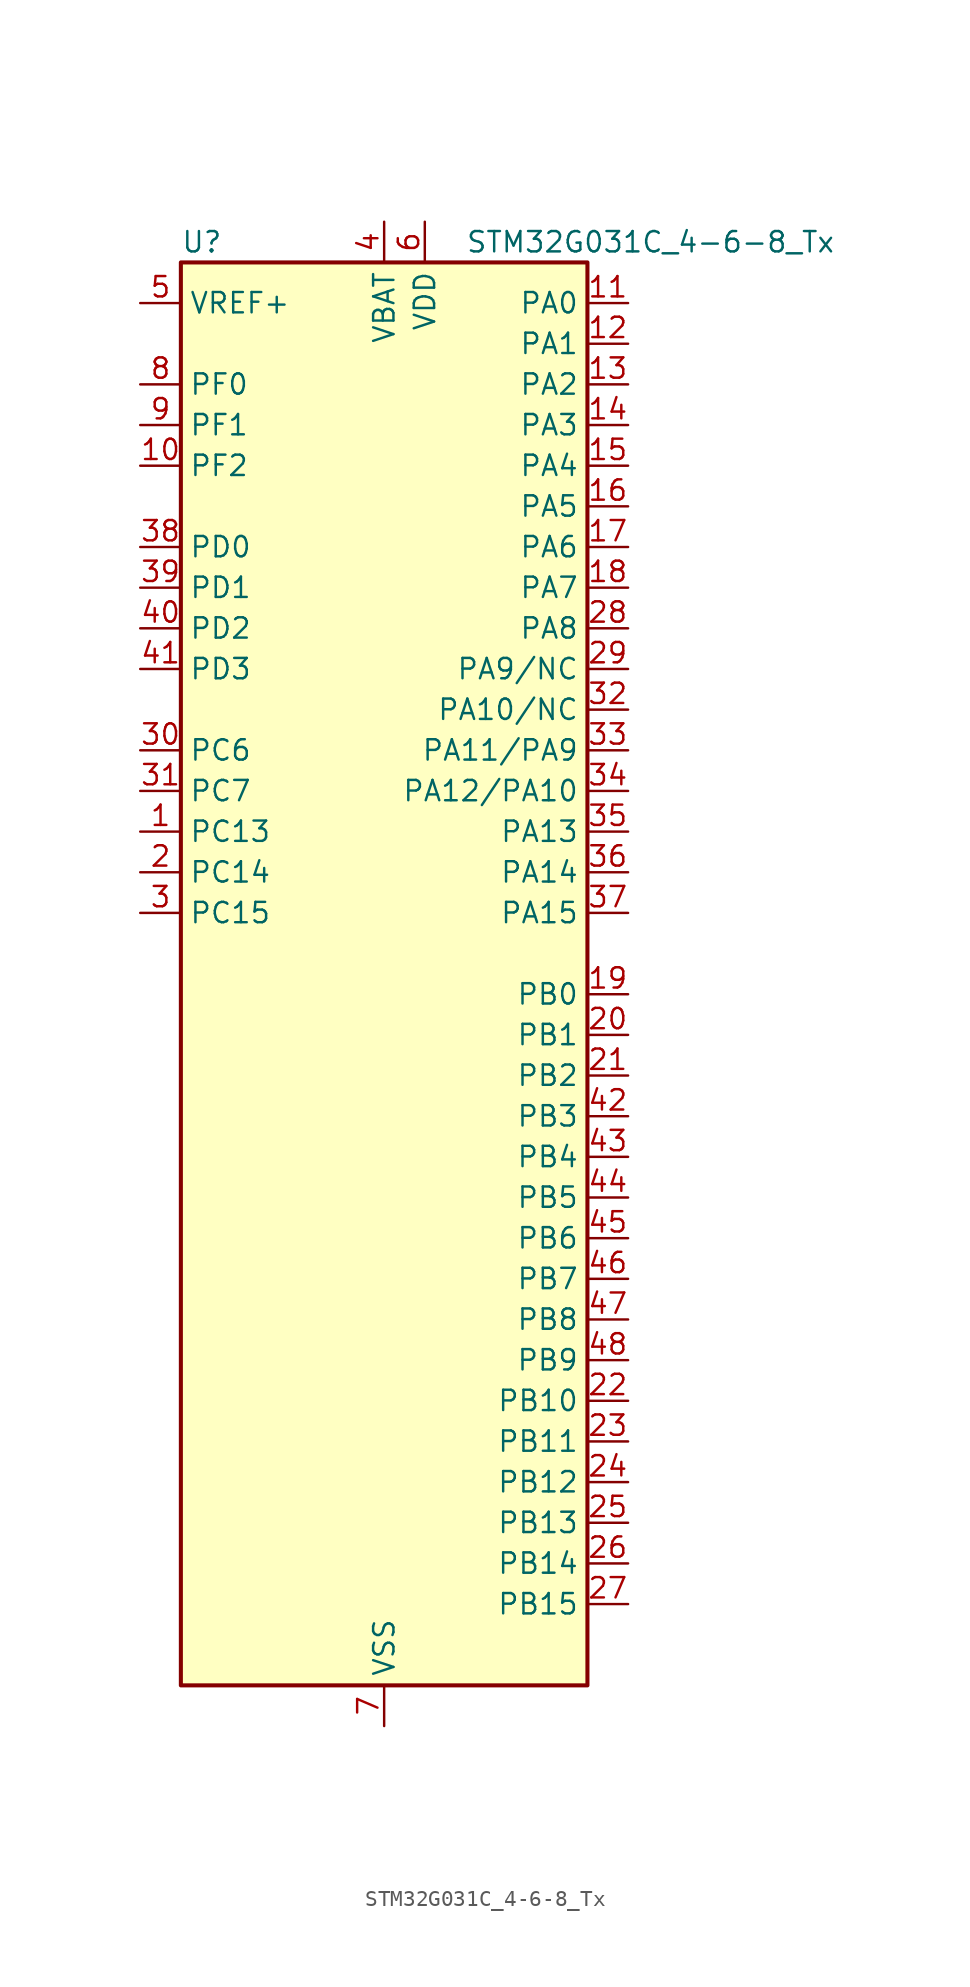
<source format=kicad_sym>
(kicad_symbol_lib
  (version 20211014)
  (generator kicad-library-utils)
  (symbol "STM32G031C_4-6-8_Tx"
    (property "Reference" "U"
      (at -12.7 46.99 0)
      (effects (font (size 1.27 1.27)) (justify left)))
    (property "Value" "STM32G031C_4-6-8_Tx"
      (at 5.08 46.99 0)
      (effects (font (size 1.27 1.27)) (justify left)))
    (property "ki_fp_filters" "LQFP*7x7mm*P0.5mm*"
      (at 0.0 0.0 0.0)
      (effects (font (size 1.27 1.27))))
    (symbol "STM32G031C_4-6-8_Tx_0_1"
      (rectangle (start -12.7 -43.18) (end 12.7 45.72) (stroke (width 0.254)) (fill (type background))))
    (symbol "STM32G031C_4-6-8_Tx_1_1"
      (pin input line (at -15.24 43.18 0) (length 2.54) (name "VREF+" (effects (font (size 1.27 1.27)))) (number "5" (effects (font (size 1.27 1.27)))) (alternate "VREFBUF_OUT" bidirectional line))
      (pin bidirectional line (at -15.24 38.1 0) (length 2.54) (name "PF0" (effects (font (size 1.27 1.27)))) (number "8" (effects (font (size 1.27 1.27)))) (alternate "RCC_OSC_IN" bidirectional line) (alternate "TIM14_CH1" bidirectional line))
      (pin bidirectional line (at -15.24 35.56 0) (length 2.54) (name "PF1" (effects (font (size 1.27 1.27)))) (number "9" (effects (font (size 1.27 1.27)))) (alternate "RCC_OSC_EN" bidirectional line) (alternate "RCC_OSC_OUT" bidirectional line))
      (pin bidirectional line (at -15.24 33.02 0) (length 2.54) (name "PF2" (effects (font (size 1.27 1.27)))) (number "10" (effects (font (size 1.27 1.27)))) (alternate "RCC_MCO" bidirectional line))
      (pin bidirectional line (at -15.24 27.94 0) (length 2.54) (name "PD0" (effects (font (size 1.27 1.27)))) (number "38" (effects (font (size 1.27 1.27)))) (alternate "SPI2_NSS" bidirectional line) (alternate "TIM16_CH1" bidirectional line))
      (pin bidirectional line (at -15.24 25.4 0) (length 2.54) (name "PD1" (effects (font (size 1.27 1.27)))) (number "39" (effects (font (size 1.27 1.27)))) (alternate "SPI2_SCK" bidirectional line) (alternate "TIM17_CH1" bidirectional line))
      (pin bidirectional line (at -15.24 22.86 0) (length 2.54) (name "PD2" (effects (font (size 1.27 1.27)))) (number "40" (effects (font (size 1.27 1.27)))) (alternate "TIM1_CH1N" bidirectional line) (alternate "TIM3_ETR" bidirectional line))
      (pin bidirectional line (at -15.24 20.32 0) (length 2.54) (name "PD3" (effects (font (size 1.27 1.27)))) (number "41" (effects (font (size 1.27 1.27)))) (alternate "SPI2_MISO" bidirectional line) (alternate "TIM1_CH2N" bidirectional line) (alternate "USART2_CTS" bidirectional line) (alternate "USART2_NSS" bidirectional line))
      (pin bidirectional line (at -15.24 15.24 0) (length 2.54) (name "PC6" (effects (font (size 1.27 1.27)))) (number "30" (effects (font (size 1.27 1.27)))) (alternate "TIM2_CH3" bidirectional line) (alternate "TIM3_CH1" bidirectional line))
      (pin bidirectional line (at -15.24 12.7 0) (length 2.54) (name "PC7" (effects (font (size 1.27 1.27)))) (number "31" (effects (font (size 1.27 1.27)))) (alternate "TIM2_CH4" bidirectional line) (alternate "TIM3_CH2" bidirectional line))
      (pin bidirectional line (at -15.24 10.16 0) (length 2.54) (name "PC13" (effects (font (size 1.27 1.27)))) (number "1" (effects (font (size 1.27 1.27)))) (alternate "RTC_OUT_ALARM" bidirectional line) (alternate "RTC_OUT_CALIB" bidirectional line) (alternate "RTC_TAMP_IN1" bidirectional line) (alternate "RTC_TS" bidirectional line) (alternate "SYS_WKUP2" bidirectional line) (alternate "TIM1_BK" bidirectional line))
      (pin bidirectional line (at -15.24 7.62 0) (length 2.54) (name "PC14" (effects (font (size 1.27 1.27)))) (number "2" (effects (font (size 1.27 1.27)))) (alternate "RCC_OSC32_IN" bidirectional line) (alternate "TIM1_BK2" bidirectional line))
      (pin bidirectional line (at -15.24 5.08 0) (length 2.54) (name "PC15" (effects (font (size 1.27 1.27)))) (number "3" (effects (font (size 1.27 1.27)))) (alternate "RCC_OSC32_EN" bidirectional line) (alternate "RCC_OSC32_OUT" bidirectional line) (alternate "RCC_OSC_EN" bidirectional line))
      (pin bidirectional line (at 15.24 43.18 180) (length 2.54) (name "PA0" (effects (font (size 1.27 1.27)))) (number "11" (effects (font (size 1.27 1.27)))) (alternate "ADC1_IN0" bidirectional line) (alternate "LPTIM1_OUT" bidirectional line) (alternate "RTC_TAMP_IN2" bidirectional line) (alternate "SPI2_SCK" bidirectional line) (alternate "SYS_WKUP1" bidirectional line) (alternate "TIM2_CH1" bidirectional line) (alternate "TIM2_ETR" bidirectional line) (alternate "USART2_CTS" bidirectional line) (alternate "USART2_NSS" bidirectional line))
      (pin bidirectional line (at 15.24 40.64 180) (length 2.54) (name "PA1" (effects (font (size 1.27 1.27)))) (number "12" (effects (font (size 1.27 1.27)))) (alternate "ADC1_IN1" bidirectional line) (alternate "I2C1_SMBA" bidirectional line) (alternate "I2S1_CK" bidirectional line) (alternate "SPI1_SCK" bidirectional line) (alternate "TIM2_CH2" bidirectional line) (alternate "USART2_CK" bidirectional line) (alternate "USART2_DE" bidirectional line) (alternate "USART2_RTS" bidirectional line))
      (pin bidirectional line (at 15.24 38.1 180) (length 2.54) (name "PA2" (effects (font (size 1.27 1.27)))) (number "13" (effects (font (size 1.27 1.27)))) (alternate "ADC1_IN2" bidirectional line) (alternate "I2S1_SD" bidirectional line) (alternate "LPUART1_TX" bidirectional line) (alternate "RCC_LSCO" bidirectional line) (alternate "SPI1_MOSI" bidirectional line) (alternate "SYS_WKUP4" bidirectional line) (alternate "TIM2_CH3" bidirectional line) (alternate "USART2_TX" bidirectional line))
      (pin bidirectional line (at 15.24 35.56 180) (length 2.54) (name "PA3" (effects (font (size 1.27 1.27)))) (number "14" (effects (font (size 1.27 1.27)))) (alternate "ADC1_IN3" bidirectional line) (alternate "LPUART1_RX" bidirectional line) (alternate "SPI2_MISO" bidirectional line) (alternate "TIM2_CH4" bidirectional line) (alternate "USART2_RX" bidirectional line))
      (pin bidirectional line (at 15.24 33.02 180) (length 2.54) (name "PA4" (effects (font (size 1.27 1.27)))) (number "15" (effects (font (size 1.27 1.27)))) (alternate "ADC1_IN4" bidirectional line) (alternate "I2S1_WS" bidirectional line) (alternate "LPTIM2_OUT" bidirectional line) (alternate "RTC_OUT_ALARM" bidirectional line) (alternate "RTC_OUT_CALIB" bidirectional line) (alternate "SPI1_NSS" bidirectional line) (alternate "SPI2_MOSI" bidirectional line) (alternate "TIM14_CH1" bidirectional line))
      (pin bidirectional line (at 15.24 30.48 180) (length 2.54) (name "PA5" (effects (font (size 1.27 1.27)))) (number "16" (effects (font (size 1.27 1.27)))) (alternate "ADC1_IN5" bidirectional line) (alternate "I2S1_CK" bidirectional line) (alternate "LPTIM2_ETR" bidirectional line) (alternate "SPI1_SCK" bidirectional line) (alternate "TIM2_CH1" bidirectional line) (alternate "TIM2_ETR" bidirectional line))
      (pin bidirectional line (at 15.24 27.94 180) (length 2.54) (name "PA6" (effects (font (size 1.27 1.27)))) (number "17" (effects (font (size 1.27 1.27)))) (alternate "ADC1_IN6" bidirectional line) (alternate "I2S1_MCK" bidirectional line) (alternate "LPUART1_CTS" bidirectional line) (alternate "SPI1_MISO" bidirectional line) (alternate "TIM16_CH1" bidirectional line) (alternate "TIM1_BK" bidirectional line) (alternate "TIM3_CH1" bidirectional line))
      (pin bidirectional line (at 15.24 25.4 180) (length 2.54) (name "PA7" (effects (font (size 1.27 1.27)))) (number "18" (effects (font (size 1.27 1.27)))) (alternate "ADC1_IN7" bidirectional line) (alternate "I2S1_SD" bidirectional line) (alternate "SPI1_MOSI" bidirectional line) (alternate "TIM14_CH1" bidirectional line) (alternate "TIM17_CH1" bidirectional line) (alternate "TIM1_CH1N" bidirectional line) (alternate "TIM3_CH2" bidirectional line))
      (pin bidirectional line (at 15.24 22.86 180) (length 2.54) (name "PA8" (effects (font (size 1.27 1.27)))) (number "28" (effects (font (size 1.27 1.27)))) (alternate "LPTIM2_OUT" bidirectional line) (alternate "RCC_MCO" bidirectional line) (alternate "SPI2_NSS" bidirectional line) (alternate "TIM1_CH1" bidirectional line))
      (pin bidirectional line (at 15.24 20.32 180) (length 2.54) (name "PA9/NC" (effects (font (size 1.27 1.27)))) (number "29" (effects (font (size 1.27 1.27)))) (alternate "I2C1_SCL" bidirectional line) (alternate "RCC_MCO" bidirectional line) (alternate "SPI2_MISO" bidirectional line) (alternate "TIM1_CH2" bidirectional line) (alternate "USART1_TX" bidirectional line))
      (pin bidirectional line (at 15.24 17.78 180) (length 2.54) (name "PA10/NC" (effects (font (size 1.27 1.27)))) (number "32" (effects (font (size 1.27 1.27)))) (alternate "I2C1_SDA" bidirectional line) (alternate "SPI2_MOSI" bidirectional line) (alternate "TIM17_BK" bidirectional line) (alternate "TIM1_CH3" bidirectional line) (alternate "USART1_RX" bidirectional line))
      (pin bidirectional line (at 15.24 15.24 180) (length 2.54) (name "PA11/PA9" (effects (font (size 1.27 1.27)))) (number "33" (effects (font (size 1.27 1.27)))) (alternate "ADC1_EXTI11" bidirectional line) (alternate "I2C2_SCL" bidirectional line) (alternate "I2S1_MCK" bidirectional line) (alternate "SPI1_MISO" bidirectional line) (alternate "TIM1_BK2" bidirectional line) (alternate "TIM1_CH4" bidirectional line) (alternate "USART1_CTS" bidirectional line) (alternate "USART1_NSS" bidirectional line))
      (pin bidirectional line (at 15.24 12.7 180) (length 2.54) (name "PA12/PA10" (effects (font (size 1.27 1.27)))) (number "34" (effects (font (size 1.27 1.27)))) (alternate "I2C2_SDA" bidirectional line) (alternate "I2S1_SD" bidirectional line) (alternate "I2S_CKIN" bidirectional line) (alternate "SPI1_MOSI" bidirectional line) (alternate "TIM1_ETR" bidirectional line) (alternate "USART1_CK" bidirectional line) (alternate "USART1_DE" bidirectional line) (alternate "USART1_RTS" bidirectional line))
      (pin bidirectional line (at 15.24 10.16 180) (length 2.54) (name "PA13" (effects (font (size 1.27 1.27)))) (number "35" (effects (font (size 1.27 1.27)))) (alternate "ADC1_IN17" bidirectional line) (alternate "IR_OUT" bidirectional line) (alternate "SYS_SWDIO" bidirectional line))
      (pin bidirectional line (at 15.24 7.62 180) (length 2.54) (name "PA14" (effects (font (size 1.27 1.27)))) (number "36" (effects (font (size 1.27 1.27)))) (alternate "ADC1_IN18" bidirectional line) (alternate "SYS_SWCLK" bidirectional line) (alternate "USART2_TX" bidirectional line))
      (pin bidirectional line (at 15.24 5.08 180) (length 2.54) (name "PA15" (effects (font (size 1.27 1.27)))) (number "37" (effects (font (size 1.27 1.27)))) (alternate "I2S1_WS" bidirectional line) (alternate "SPI1_NSS" bidirectional line) (alternate "TIM2_CH1" bidirectional line) (alternate "TIM2_ETR" bidirectional line) (alternate "USART2_RX" bidirectional line))
      (pin bidirectional line (at 15.24 0.0 180) (length 2.54) (name "PB0" (effects (font (size 1.27 1.27)))) (number "19" (effects (font (size 1.27 1.27)))) (alternate "ADC1_IN8" bidirectional line) (alternate "I2S1_WS" bidirectional line) (alternate "LPTIM1_OUT" bidirectional line) (alternate "SPI1_NSS" bidirectional line) (alternate "TIM1_CH2N" bidirectional line) (alternate "TIM3_CH3" bidirectional line))
      (pin bidirectional line (at 15.24 -2.54 180) (length 2.54) (name "PB1" (effects (font (size 1.27 1.27)))) (number "20" (effects (font (size 1.27 1.27)))) (alternate "ADC1_IN9" bidirectional line) (alternate "LPTIM2_IN1" bidirectional line) (alternate "LPUART1_DE" bidirectional line) (alternate "LPUART1_RTS" bidirectional line) (alternate "TIM14_CH1" bidirectional line) (alternate "TIM1_CH3N" bidirectional line) (alternate "TIM3_CH4" bidirectional line))
      (pin bidirectional line (at 15.24 -5.08 180) (length 2.54) (name "PB2" (effects (font (size 1.27 1.27)))) (number "21" (effects (font (size 1.27 1.27)))) (alternate "ADC1_IN10" bidirectional line) (alternate "LPTIM1_OUT" bidirectional line) (alternate "SPI2_MISO" bidirectional line))
      (pin bidirectional line (at 15.24 -7.62 180) (length 2.54) (name "PB3" (effects (font (size 1.27 1.27)))) (number "42" (effects (font (size 1.27 1.27)))) (alternate "I2S1_CK" bidirectional line) (alternate "SPI1_SCK" bidirectional line) (alternate "TIM1_CH2" bidirectional line) (alternate "TIM2_CH2" bidirectional line) (alternate "USART1_CK" bidirectional line) (alternate "USART1_DE" bidirectional line) (alternate "USART1_RTS" bidirectional line))
      (pin bidirectional line (at 15.24 -10.16 180) (length 2.54) (name "PB4" (effects (font (size 1.27 1.27)))) (number "43" (effects (font (size 1.27 1.27)))) (alternate "I2S1_MCK" bidirectional line) (alternate "SPI1_MISO" bidirectional line) (alternate "TIM17_BK" bidirectional line) (alternate "TIM3_CH1" bidirectional line) (alternate "USART1_CTS" bidirectional line) (alternate "USART1_NSS" bidirectional line))
      (pin bidirectional line (at 15.24 -12.7 180) (length 2.54) (name "PB5" (effects (font (size 1.27 1.27)))) (number "44" (effects (font (size 1.27 1.27)))) (alternate "I2C1_SMBA" bidirectional line) (alternate "I2S1_SD" bidirectional line) (alternate "LPTIM1_IN1" bidirectional line) (alternate "SPI1_MOSI" bidirectional line) (alternate "SYS_WKUP6" bidirectional line) (alternate "TIM16_BK" bidirectional line) (alternate "TIM3_CH2" bidirectional line))
      (pin bidirectional line (at 15.24 -15.24 180) (length 2.54) (name "PB6" (effects (font (size 1.27 1.27)))) (number "45" (effects (font (size 1.27 1.27)))) (alternate "I2C1_SCL" bidirectional line) (alternate "LPTIM1_ETR" bidirectional line) (alternate "SPI2_MISO" bidirectional line) (alternate "TIM16_CH1N" bidirectional line) (alternate "TIM1_CH3" bidirectional line) (alternate "USART1_TX" bidirectional line))
      (pin bidirectional line (at 15.24 -17.78 180) (length 2.54) (name "PB7" (effects (font (size 1.27 1.27)))) (number "46" (effects (font (size 1.27 1.27)))) (alternate "I2C1_SDA" bidirectional line) (alternate "LPTIM1_IN2" bidirectional line) (alternate "SPI2_MOSI" bidirectional line) (alternate "SYS_PVD_IN" bidirectional line) (alternate "TIM17_CH1N" bidirectional line) (alternate "USART1_RX" bidirectional line))
      (pin bidirectional line (at 15.24 -20.32 180) (length 2.54) (name "PB8" (effects (font (size 1.27 1.27)))) (number "47" (effects (font (size 1.27 1.27)))) (alternate "I2C1_SCL" bidirectional line) (alternate "SPI2_SCK" bidirectional line) (alternate "TIM16_CH1" bidirectional line))
      (pin bidirectional line (at 15.24 -22.86 180) (length 2.54) (name "PB9" (effects (font (size 1.27 1.27)))) (number "48" (effects (font (size 1.27 1.27)))) (alternate "I2C1_SDA" bidirectional line) (alternate "IR_OUT" bidirectional line) (alternate "SPI2_NSS" bidirectional line) (alternate "TIM17_CH1" bidirectional line))
      (pin bidirectional line (at 15.24 -25.4 180) (length 2.54) (name "PB10" (effects (font (size 1.27 1.27)))) (number "22" (effects (font (size 1.27 1.27)))) (alternate "ADC1_IN11" bidirectional line) (alternate "I2C2_SCL" bidirectional line) (alternate "LPUART1_RX" bidirectional line) (alternate "SPI2_SCK" bidirectional line) (alternate "TIM2_CH3" bidirectional line))
      (pin bidirectional line (at 15.24 -27.94 180) (length 2.54) (name "PB11" (effects (font (size 1.27 1.27)))) (number "23" (effects (font (size 1.27 1.27)))) (alternate "ADC1_EXTI11" bidirectional line) (alternate "ADC1_IN15" bidirectional line) (alternate "I2C2_SDA" bidirectional line) (alternate "LPUART1_TX" bidirectional line) (alternate "SPI2_MOSI" bidirectional line) (alternate "TIM2_CH4" bidirectional line))
      (pin bidirectional line (at 15.24 -30.48 180) (length 2.54) (name "PB12" (effects (font (size 1.27 1.27)))) (number "24" (effects (font (size 1.27 1.27)))) (alternate "ADC1_IN16" bidirectional line) (alternate "LPUART1_DE" bidirectional line) (alternate "LPUART1_RTS" bidirectional line) (alternate "SPI2_NSS" bidirectional line) (alternate "TIM1_BK" bidirectional line))
      (pin bidirectional line (at 15.24 -33.02 180) (length 2.54) (name "PB13" (effects (font (size 1.27 1.27)))) (number "25" (effects (font (size 1.27 1.27)))) (alternate "I2C2_SCL" bidirectional line) (alternate "LPUART1_CTS" bidirectional line) (alternate "SPI2_SCK" bidirectional line) (alternate "TIM1_CH1N" bidirectional line))
      (pin bidirectional line (at 15.24 -35.56 180) (length 2.54) (name "PB14" (effects (font (size 1.27 1.27)))) (number "26" (effects (font (size 1.27 1.27)))) (alternate "I2C2_SDA" bidirectional line) (alternate "SPI2_MISO" bidirectional line) (alternate "TIM1_CH2N" bidirectional line))
      (pin bidirectional line (at 15.24 -38.1 180) (length 2.54) (name "PB15" (effects (font (size 1.27 1.27)))) (number "27" (effects (font (size 1.27 1.27)))) (alternate "RTC_REFIN" bidirectional line) (alternate "SPI2_MOSI" bidirectional line) (alternate "TIM1_CH3N" bidirectional line))
      (pin power_in line (at 0.0 48.26 270) (length 2.54) (name "VBAT" (effects (font (size 1.27 1.27)))) (number "4" (effects (font (size 1.27 1.27)))))
      (pin power_in line (at 2.54 48.26 270) (length 2.54) (name "VDD" (effects (font (size 1.27 1.27)))) (number "6" (effects (font (size 1.27 1.27)))))
      (pin power_in line (at 0.0 -45.72 90) (length 2.54) (name "VSS" (effects (font (size 1.27 1.27)))) (number "7" (effects (font (size 1.27 1.27))))))))
</source>
